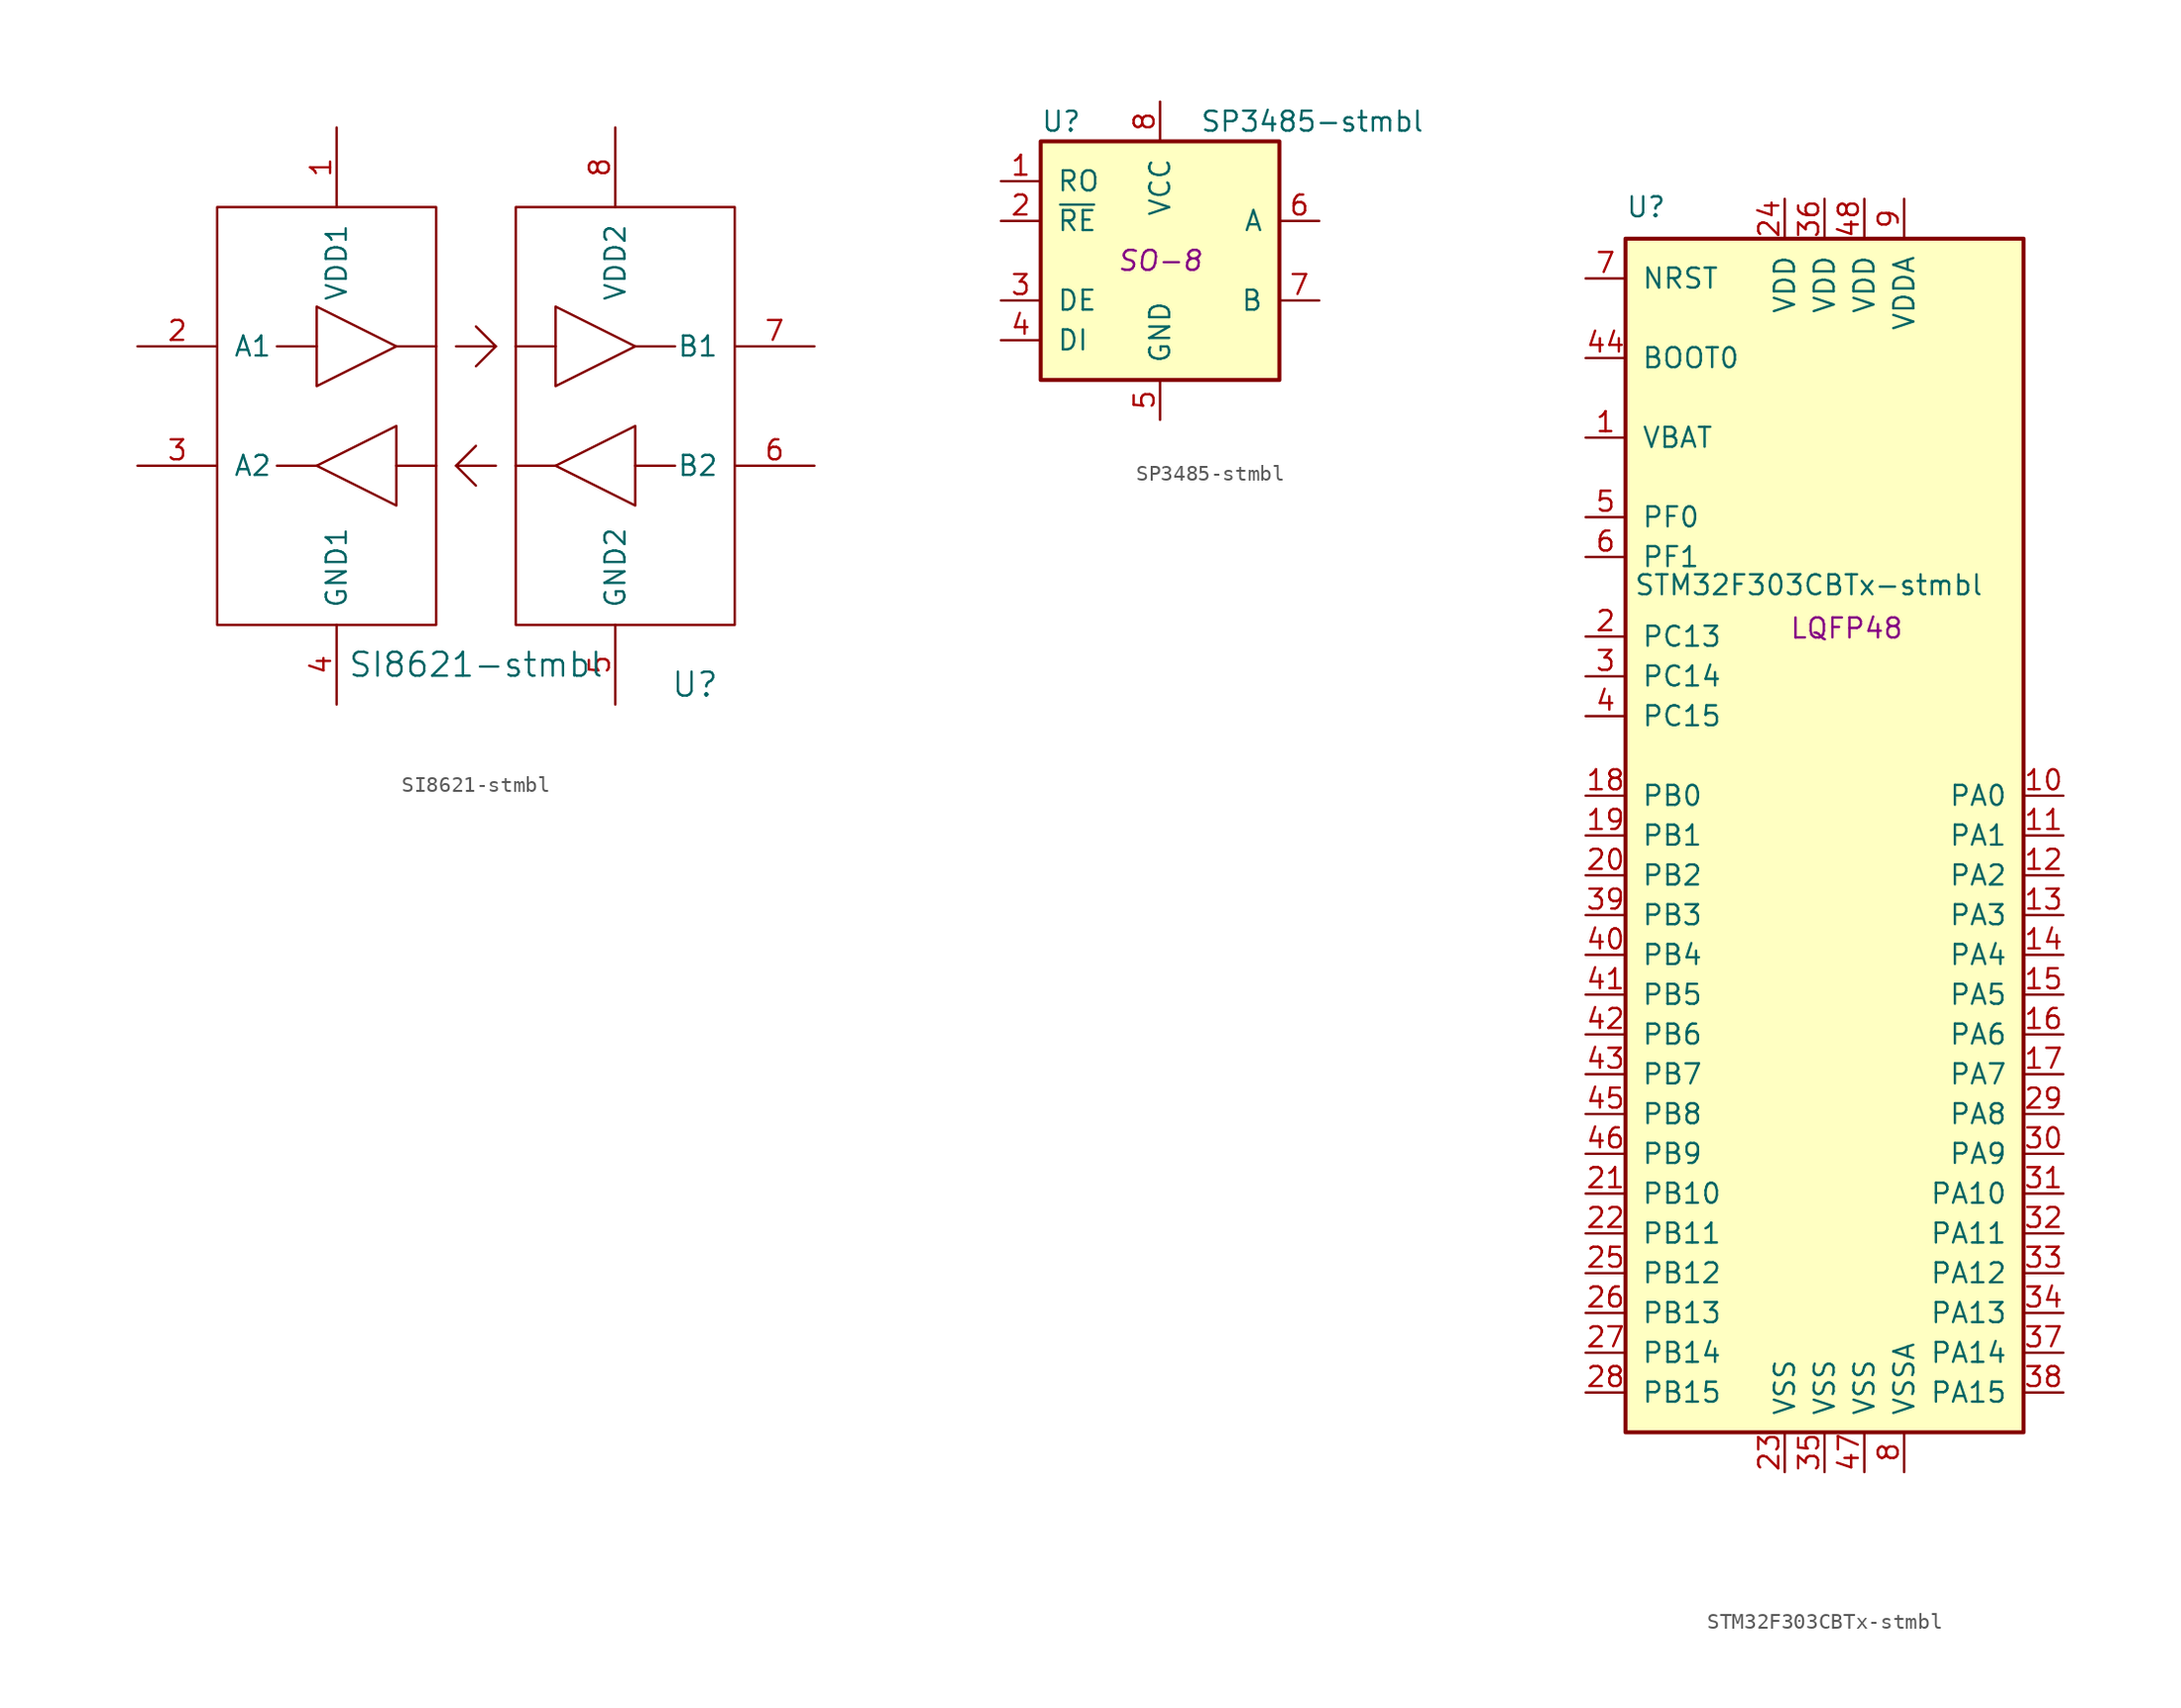
<source format=kicad_sym>
(kicad_symbol_lib
  (version 20211014)
  (generator kicad_symbol_editor)
  (symbol "SI8621-stmbl"
    (pin_names
      (offset 1.016))
    (property "Reference" "U"
      (at 13.97 -17.78 0)
      (effects (font (size 1.524 1.524))))
    (property "Value" "SI8621-stmbl"
      (at 0 -16.51 0)
      (effects (font (size 1.524 1.524))))
    (property "Footprint" ""
      (at 0 0 0)
      (effects (font (size 1.524 1.524))))
    (property "Datasheet" ""
      (at 0 0 0)
      (effects (font (size 1.524 1.524))))
    (symbol "SI8621-stmbl_0_1"
      (rectangle (start -16.51 12.7) (end -2.54 -13.97) (stroke (width 0) (type default) (color 0 0 0 0)) (fill (type none)))
      (polyline (pts (xy -10.16 -3.81) (xy -12.7 -3.81)) (stroke (width 0) (type default) (color 0 0 0 0)) (fill (type none)))
      (polyline (pts (xy -10.16 3.81) (xy -12.7 3.81)) (stroke (width 0) (type default) (color 0 0 0 0)) (fill (type none)))
      (polyline (pts (xy -5.08 -3.81) (xy -2.54 -3.81)) (stroke (width 0) (type default) (color 0 0 0 0)) (fill (type none)))
      (polyline (pts (xy -5.08 3.81) (xy -2.54 3.81)) (stroke (width 0) (type default) (color 0 0 0 0)) (fill (type none)))
      (polyline (pts (xy -1.27 -3.81) (xy 0 -5.08)) (stroke (width 0) (type default) (color 0 0 0 0)) (fill (type none)))
      (polyline (pts (xy 1.27 3.81) (xy 0 2.54)) (stroke (width 0) (type default) (color 0 0 0 0)) (fill (type none)))
      (polyline (pts (xy 2.54 -3.81) (xy 5.08 -3.81)) (stroke (width 0) (type default) (color 0 0 0 0)) (fill (type none)))
      (polyline (pts (xy 2.54 3.81) (xy 5.08 3.81)) (stroke (width 0) (type default) (color 0 0 0 0)) (fill (type none)))
      (polyline (pts (xy 10.16 -3.81) (xy 12.7 -3.81)) (stroke (width 0) (type default) (color 0 0 0 0)) (fill (type none)))
      (polyline (pts (xy 10.16 3.81) (xy 12.7 3.81)) (stroke (width 0) (type default) (color 0 0 0 0)) (fill (type none)))
      (polyline (pts (xy -1.27 3.81) (xy 1.27 3.81) (xy 0 5.08)) (stroke (width 0) (type default) (color 0 0 0 0)) (fill (type none)))
      (polyline (pts (xy 1.27 -3.81) (xy -1.27 -3.81) (xy 0 -2.54)) (stroke (width 0) (type default) (color 0 0 0 0)) (fill (type none)))
      (polyline (pts (xy -10.16 6.35) (xy -5.08 3.81) (xy -10.16 1.27) (xy -10.16 6.35)) (stroke (width 0) (type default) (color 0 0 0 0)) (fill (type none)))
      (polyline (pts (xy -5.08 -1.27) (xy -10.16 -3.81) (xy -5.08 -6.35) (xy -5.08 -1.27)) (stroke (width 0) (type default) (color 0 0 0 0)) (fill (type none)))
      (polyline (pts (xy 5.08 6.35) (xy 10.16 3.81) (xy 5.08 1.27) (xy 5.08 6.35)) (stroke (width 0) (type default) (color 0 0 0 0)) (fill (type none)))
      (polyline (pts (xy 10.16 -1.27) (xy 5.08 -3.81) (xy 10.16 -6.35) (xy 10.16 -1.27)) (stroke (width 0) (type default) (color 0 0 0 0)) (fill (type none)))
      (rectangle (start 2.54 12.7) (end 16.51 -13.97) (stroke (width 0) (type default) (color 0 0 0 0)) (fill (type none))))
    (symbol "SI8621-stmbl_1_1"
      (pin power_in line (at -8.89 17.78 270) (length 5.08) (name "VDD1" (effects (font (size 1.27 1.27)))) (number "1" (effects (font (size 1.27 1.27)))))
      (pin input line (at -21.59 3.81 0) (length 5.08) (name "A1" (effects (font (size 1.27 1.27)))) (number "2" (effects (font (size 1.27 1.27)))))
      (pin output line (at -21.59 -3.81 0) (length 5.08) (name "A2" (effects (font (size 1.27 1.27)))) (number "3" (effects (font (size 1.27 1.27)))))
      (pin power_in line (at -8.89 -19.05 90) (length 5.08) (name "GND1" (effects (font (size 1.27 1.27)))) (number "4" (effects (font (size 1.27 1.27)))))
      (pin power_in line (at 8.89 -19.05 90) (length 5.08) (name "GND2" (effects (font (size 1.27 1.27)))) (number "5" (effects (font (size 1.27 1.27)))))
      (pin input line (at 21.59 -3.81 180) (length 5.08) (name "B2" (effects (font (size 1.27 1.27)))) (number "6" (effects (font (size 1.27 1.27)))))
      (pin output line (at 21.59 3.81 180) (length 5.08) (name "B1" (effects (font (size 1.27 1.27)))) (number "7" (effects (font (size 1.27 1.27)))))
      (pin power_in line (at 8.89 17.78 270) (length 5.08) (name "VDD2" (effects (font (size 1.27 1.27)))) (number "8" (effects (font (size 1.27 1.27)))))))
  (symbol "SP3485-stmbl"
    (pin_names
      (offset 1.016))
    (property "Reference" "U"
      (at -7.62 8.89 0)
      (effects (font (size 1.27 1.27)) (justify left)))
    (property "Value" "SP3485-stmbl"
      (at 2.54 8.89 0)
      (effects (font (size 1.27 1.27)) (justify left)))
    (property "Footprint" "SO-8"
      (at 0 0 0)
      (effects (font (size 1.27 1.27) italic)))
    (property "Datasheet" ""
      (at 0 0 0)
      (effects (font (size 1.27 1.27))))
    (symbol "SP3485-stmbl_0_1"
      (rectangle (start -7.62 7.62) (end 7.62 -7.62) (stroke (width 0.254) (type default) (color 0 0 0 0)) (fill (type background))))
    (symbol "SP3485-stmbl_1_1"
      (pin output line (at -10.16 5.08 0) (length 2.54) (name "RO" (effects (font (size 1.27 1.27)))) (number "1" (effects (font (size 1.27 1.27)))))
      (pin input line (at -10.16 2.54 0) (length 2.54) (name "~{RE}" (effects (font (size 1.27 1.27)))) (number "2" (effects (font (size 1.27 1.27)))))
      (pin input line (at -10.16 -2.54 0) (length 2.54) (name "DE" (effects (font (size 1.27 1.27)))) (number "3" (effects (font (size 1.27 1.27)))))
      (pin input line (at -10.16 -5.08 0) (length 2.54) (name "DI" (effects (font (size 1.27 1.27)))) (number "4" (effects (font (size 1.27 1.27)))))
      (pin power_in line (at 0 -10.16 90) (length 2.54) (name "GND" (effects (font (size 1.27 1.27)))) (number "5" (effects (font (size 1.27 1.27)))))
      (pin bidirectional line (at 10.16 2.54 180) (length 2.54) (name "A" (effects (font (size 1.27 1.27)))) (number "6" (effects (font (size 1.27 1.27)))))
      (pin bidirectional line (at 10.16 -2.54 180) (length 2.54) (name "B" (effects (font (size 1.27 1.27)))) (number "7" (effects (font (size 1.27 1.27)))))
      (pin power_in line (at 0 10.16 270) (length 2.54) (name "VCC" (effects (font (size 1.27 1.27)))) (number "8" (effects (font (size 1.27 1.27)))))))
  (symbol "STM32F303CBTx-stmbl"
    (pin_names
      (offset 1.016))
    (property "Reference" "U"
      (at -12.7 41.91 0)
      (effects (font (size 1.27 1.27)) (justify left bottom)))
    (property "Value" "STM32F303CBTx-stmbl"
      (at 10.16 17.78 0)
      (effects (font (size 1.27 1.27)) (justify right bottom)))
    (property "Footprint" "LQFP48"
      (at 5.08 16.51 0)
      (effects (font (size 1.27 1.27)) (justify right top)))
    (property "Datasheet" ""
      (at 11.43 2.54 0)
      (effects (font (size 1.27 1.27))))
    (property "ki_locked" ""
      (at 0 0 0)
      (effects (font (size 1.27 1.27))))
    (symbol "STM32F303CBTx-stmbl_0_1"
      (rectangle (start -12.7 -35.56) (end 12.7 40.64) (stroke (width 0.254) (type default) (color 0 0 0 0)) (fill (type background))))
    (symbol "STM32F303CBTx-stmbl_1_1"
      (pin power_in line (at -15.24 27.94 0) (length 2.54) (name "VBAT" (effects (font (size 1.27 1.27)))) (number "1" (effects (font (size 1.27 1.27)))))
      (pin bidirectional line (at 15.24 5.08 180) (length 2.54) (name "PA0" (effects (font (size 1.27 1.27)))) (number "10" (effects (font (size 1.27 1.27)))))
      (pin bidirectional line (at 15.24 2.54 180) (length 2.54) (name "PA1" (effects (font (size 1.27 1.27)))) (number "11" (effects (font (size 1.27 1.27)))))
      (pin bidirectional line (at 15.24 0 180) (length 2.54) (name "PA2" (effects (font (size 1.27 1.27)))) (number "12" (effects (font (size 1.27 1.27)))))
      (pin bidirectional line (at 15.24 -2.54 180) (length 2.54) (name "PA3" (effects (font (size 1.27 1.27)))) (number "13" (effects (font (size 1.27 1.27)))))
      (pin bidirectional line (at 15.24 -5.08 180) (length 2.54) (name "PA4" (effects (font (size 1.27 1.27)))) (number "14" (effects (font (size 1.27 1.27)))))
      (pin bidirectional line (at 15.24 -7.62 180) (length 2.54) (name "PA5" (effects (font (size 1.27 1.27)))) (number "15" (effects (font (size 1.27 1.27)))))
      (pin bidirectional line (at 15.24 -10.16 180) (length 2.54) (name "PA6" (effects (font (size 1.27 1.27)))) (number "16" (effects (font (size 1.27 1.27)))))
      (pin bidirectional line (at 15.24 -12.7 180) (length 2.54) (name "PA7" (effects (font (size 1.27 1.27)))) (number "17" (effects (font (size 1.27 1.27)))))
      (pin bidirectional line (at -15.24 5.08 0) (length 2.54) (name "PB0" (effects (font (size 1.27 1.27)))) (number "18" (effects (font (size 1.27 1.27)))))
      (pin bidirectional line (at -15.24 2.54 0) (length 2.54) (name "PB1" (effects (font (size 1.27 1.27)))) (number "19" (effects (font (size 1.27 1.27)))))
      (pin bidirectional line (at -15.24 15.24 0) (length 2.54) (name "PC13" (effects (font (size 1.27 1.27)))) (number "2" (effects (font (size 1.27 1.27)))))
      (pin bidirectional line (at -15.24 0 0) (length 2.54) (name "PB2" (effects (font (size 1.27 1.27)))) (number "20" (effects (font (size 1.27 1.27)))))
      (pin bidirectional line (at -15.24 -20.32 0) (length 2.54) (name "PB10" (effects (font (size 1.27 1.27)))) (number "21" (effects (font (size 1.27 1.27)))))
      (pin bidirectional line (at -15.24 -22.86 0) (length 2.54) (name "PB11" (effects (font (size 1.27 1.27)))) (number "22" (effects (font (size 1.27 1.27)))))
      (pin power_in line (at -2.54 -38.1 90) (length 2.54) (name "VSS" (effects (font (size 1.27 1.27)))) (number "23" (effects (font (size 1.27 1.27)))))
      (pin power_in line (at -2.54 43.18 270) (length 2.54) (name "VDD" (effects (font (size 1.27 1.27)))) (number "24" (effects (font (size 1.27 1.27)))))
      (pin bidirectional line (at -15.24 -25.4 0) (length 2.54) (name "PB12" (effects (font (size 1.27 1.27)))) (number "25" (effects (font (size 1.27 1.27)))))
      (pin bidirectional line (at -15.24 -27.94 0) (length 2.54) (name "PB13" (effects (font (size 1.27 1.27)))) (number "26" (effects (font (size 1.27 1.27)))))
      (pin bidirectional line (at -15.24 -30.48 0) (length 2.54) (name "PB14" (effects (font (size 1.27 1.27)))) (number "27" (effects (font (size 1.27 1.27)))))
      (pin bidirectional line (at -15.24 -33.02 0) (length 2.54) (name "PB15" (effects (font (size 1.27 1.27)))) (number "28" (effects (font (size 1.27 1.27)))))
      (pin bidirectional line (at 15.24 -15.24 180) (length 2.54) (name "PA8" (effects (font (size 1.27 1.27)))) (number "29" (effects (font (size 1.27 1.27)))))
      (pin bidirectional line (at -15.24 12.7 0) (length 2.54) (name "PC14" (effects (font (size 1.27 1.27)))) (number "3" (effects (font (size 1.27 1.27)))))
      (pin bidirectional line (at 15.24 -17.78 180) (length 2.54) (name "PA9" (effects (font (size 1.27 1.27)))) (number "30" (effects (font (size 1.27 1.27)))))
      (pin bidirectional line (at 15.24 -20.32 180) (length 2.54) (name "PA10" (effects (font (size 1.27 1.27)))) (number "31" (effects (font (size 1.27 1.27)))))
      (pin bidirectional line (at 15.24 -22.86 180) (length 2.54) (name "PA11" (effects (font (size 1.27 1.27)))) (number "32" (effects (font (size 1.27 1.27)))))
      (pin bidirectional line (at 15.24 -25.4 180) (length 2.54) (name "PA12" (effects (font (size 1.27 1.27)))) (number "33" (effects (font (size 1.27 1.27)))))
      (pin bidirectional line (at 15.24 -27.94 180) (length 2.54) (name "PA13" (effects (font (size 1.27 1.27)))) (number "34" (effects (font (size 1.27 1.27)))))
      (pin power_in line (at 0 -38.1 90) (length 2.54) (name "VSS" (effects (font (size 1.27 1.27)))) (number "35" (effects (font (size 1.27 1.27)))))
      (pin power_in line (at 0 43.18 270) (length 2.54) (name "VDD" (effects (font (size 1.27 1.27)))) (number "36" (effects (font (size 1.27 1.27)))))
      (pin bidirectional line (at 15.24 -30.48 180) (length 2.54) (name "PA14" (effects (font (size 1.27 1.27)))) (number "37" (effects (font (size 1.27 1.27)))))
      (pin bidirectional line (at 15.24 -33.02 180) (length 2.54) (name "PA15" (effects (font (size 1.27 1.27)))) (number "38" (effects (font (size 1.27 1.27)))))
      (pin bidirectional line (at -15.24 -2.54 0) (length 2.54) (name "PB3" (effects (font (size 1.27 1.27)))) (number "39" (effects (font (size 1.27 1.27)))))
      (pin bidirectional line (at -15.24 10.16 0) (length 2.54) (name "PC15" (effects (font (size 1.27 1.27)))) (number "4" (effects (font (size 1.27 1.27)))))
      (pin bidirectional line (at -15.24 -5.08 0) (length 2.54) (name "PB4" (effects (font (size 1.27 1.27)))) (number "40" (effects (font (size 1.27 1.27)))))
      (pin bidirectional line (at -15.24 -7.62 0) (length 2.54) (name "PB5" (effects (font (size 1.27 1.27)))) (number "41" (effects (font (size 1.27 1.27)))))
      (pin bidirectional line (at -15.24 -10.16 0) (length 2.54) (name "PB6" (effects (font (size 1.27 1.27)))) (number "42" (effects (font (size 1.27 1.27)))))
      (pin bidirectional line (at -15.24 -12.7 0) (length 2.54) (name "PB7" (effects (font (size 1.27 1.27)))) (number "43" (effects (font (size 1.27 1.27)))))
      (pin input line (at -15.24 33.02 0) (length 2.54) (name "BOOT0" (effects (font (size 1.27 1.27)))) (number "44" (effects (font (size 1.27 1.27)))))
      (pin bidirectional line (at -15.24 -15.24 0) (length 2.54) (name "PB8" (effects (font (size 1.27 1.27)))) (number "45" (effects (font (size 1.27 1.27)))))
      (pin bidirectional line (at -15.24 -17.78 0) (length 2.54) (name "PB9" (effects (font (size 1.27 1.27)))) (number "46" (effects (font (size 1.27 1.27)))))
      (pin power_in line (at 2.54 -38.1 90) (length 2.54) (name "VSS" (effects (font (size 1.27 1.27)))) (number "47" (effects (font (size 1.27 1.27)))))
      (pin power_in line (at 2.54 43.18 270) (length 2.54) (name "VDD" (effects (font (size 1.27 1.27)))) (number "48" (effects (font (size 1.27 1.27)))))
      (pin input line (at -15.24 22.86 0) (length 2.54) (name "PF0" (effects (font (size 1.27 1.27)))) (number "5" (effects (font (size 1.27 1.27)))))
      (pin input line (at -15.24 20.32 0) (length 2.54) (name "PF1" (effects (font (size 1.27 1.27)))) (number "6" (effects (font (size 1.27 1.27)))))
      (pin input line (at -15.24 38.1 0) (length 2.54) (name "NRST" (effects (font (size 1.27 1.27)))) (number "7" (effects (font (size 1.27 1.27)))))
      (pin power_in line (at 5.08 -38.1 90) (length 2.54) (name "VSSA" (effects (font (size 1.27 1.27)))) (number "8" (effects (font (size 1.27 1.27)))))
      (pin power_in line (at 5.08 43.18 270) (length 2.54) (name "VDDA" (effects (font (size 1.27 1.27)))) (number "9" (effects (font (size 1.27 1.27))))))))
</source>
